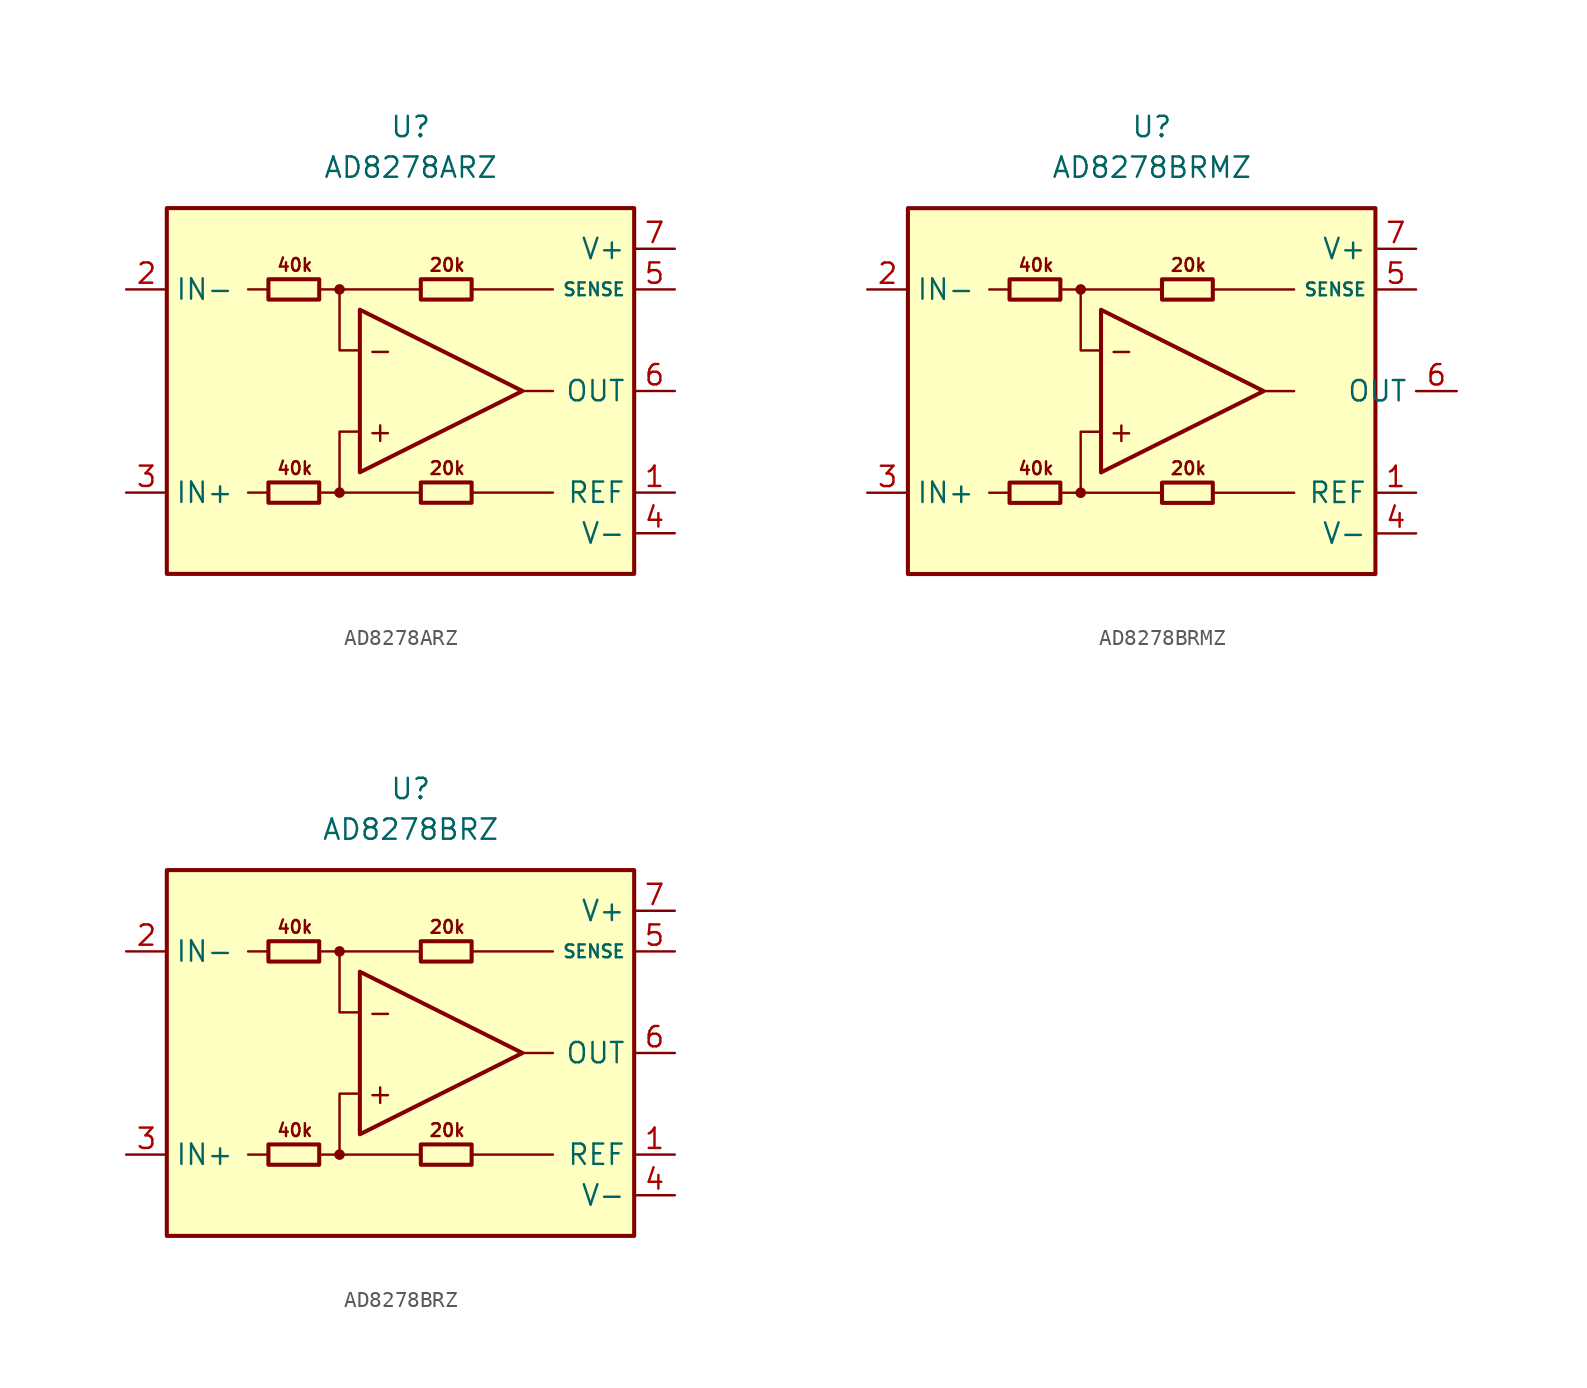
<source format=kicad_sym>
(kicad_symbol_lib
  (version 20211014)
  (generator kicad_symbol_editor)
  (symbol "AD8278ARZ"
    (property "Reference" "U"
      (at 0 16.51 0)
      (effects (font (size 1.27 1.27))))
    (property "Value" "AD8278ARZ"
      (at 0 13.97 0)
      (effects (font (size 1.27 1.27))))
    (symbol "AD8278ARZ_0_0"
      (rectangle (start -15.24 11.43) (end 13.97 -11.43) (stroke (width 0.254) (type default) (color 0 0 0 0)) (fill (type background)))
      (circle (center -4.445 -6.35) (radius 0.254) (stroke (width 0.152) (type default) (color 0 0 0 0)) (fill (type outline)))
      (circle (center -4.445 6.35) (radius 0.254) (stroke (width 0.152) (type default) (color 0 0 0 0)) (fill (type outline)))
      (polyline (pts (xy -8.89 -6.35) (xy -10.16 -6.35)) (stroke (width 0.152) (type default) (color 0 0 0 0)) (fill (type none)))
      (polyline (pts (xy -8.89 6.35) (xy -10.16 6.35)) (stroke (width 0.152) (type default) (color 0 0 0 0)) (fill (type none)))
      (polyline (pts (xy -4.445 6.35) (xy 0.635 6.35)) (stroke (width 0.152) (type default) (color 0 0 0 0)) (fill (type none)))
      (polyline (pts (xy 0.635 -6.35) (xy -4.445 -6.35)) (stroke (width 0.152) (type default) (color 0 0 0 0)) (fill (type none)))
      (polyline (pts (xy 3.81 -6.35) (xy 8.89 -6.35)) (stroke (width 0.152) (type default) (color 0 0 0 0)) (fill (type none)))
      (polyline (pts (xy 3.81 6.35) (xy 8.89 6.35)) (stroke (width 0.152) (type default) (color 0 0 0 0)) (fill (type none)))
      (polyline (pts (xy 6.985 0) (xy 8.89 0)) (stroke (width 0.152) (type default) (color 0 0 0 0)) (fill (type none)))
      (polyline (pts (xy -5.715 -6.35) (xy -4.445 -6.35) (xy -4.445 -2.54) (xy -3.175 -2.54)) (stroke (width 0.152) (type default) (color 0 0 0 0)) (fill (type none)))
      (polyline (pts (xy -3.175 2.54) (xy -4.445 2.54) (xy -4.445 6.35) (xy -5.715 6.35)) (stroke (width 0.152) (type default) (color 0 0 0 0)) (fill (type none)))
      (text "+" (at -1.905 -2.54 0) (effects (font (size 1.27 1.27))))
      (text "-" (at -1.905 2.54 0) (effects (font (size 1.27 1.27))))
      (text "20k" (at 2.286 -4.826 0) (effects (font (size 0.8 0.8))))
      (text "20k" (at 2.286 7.874 0) (effects (font (size 0.8 0.8))))
      (text "40k" (at -7.239 -4.826 0) (effects (font (size 0.8 0.8))))
      (text "40k" (at -7.239 7.874 0) (effects (font (size 0.8 0.8)))))
    (symbol "AD8278ARZ_0_1"
      (rectangle (start -8.89 -5.715) (end -5.715 -6.985) (stroke (width 0.254) (type default) (color 0 0 0 0)) (fill (type none)))
      (rectangle (start -8.89 6.985) (end -5.715 5.715) (stroke (width 0.254) (type default) (color 0 0 0 0)) (fill (type none)))
      (polyline (pts (xy -3.175 5.08) (xy -3.175 -5.08) (xy 6.985 0) (xy -3.175 5.08)) (stroke (width 0.254) (type default) (color 0 0 0 0)) (fill (type none)))
      (rectangle (start 0.635 -5.715) (end 3.81 -6.985) (stroke (width 0.254) (type default) (color 0 0 0 0)) (fill (type none)))
      (rectangle (start 0.635 6.985) (end 3.81 5.715) (stroke (width 0.254) (type default) (color 0 0 0 0)) (fill (type none))))
    (symbol "AD8278ARZ_1_1"
      (pin input line (at 16.51 -6.35 180) (length 2.54) (name "REF" (effects (font (size 1.27 1.27)))) (number "1" (effects (font (size 1.27 1.27)))))
      (pin input line (at -17.78 6.35 0) (length 2.54) (name "IN-" (effects (font (size 1.27 1.27)))) (number "2" (effects (font (size 1.27 1.27)))))
      (pin input line (at -17.78 -6.35 0) (length 2.54) (name "IN+" (effects (font (size 1.27 1.27)))) (number "3" (effects (font (size 1.27 1.27)))))
      (pin power_in line (at 16.51 -8.89 180) (length 2.54) (name "V-" (effects (font (size 1.27 1.27)))) (number "4" (effects (font (size 1.27 1.27)))))
      (pin input line (at 16.51 6.35 180) (length 2.54) (name "SENSE" (effects (font (size 0.8 0.8)))) (number "5" (effects (font (size 1.27 1.27)))))
      (pin output line (at 16.51 0 180) (length 2.54) (name "OUT" (effects (font (size 1.27 1.27)))) (number "6" (effects (font (size 1.27 1.27)))))
      (pin power_in line (at 16.51 8.89 180) (length 2.54) (name "V+" (effects (font (size 1.27 1.27)))) (number "7" (effects (font (size 1.27 1.27)))))
      (pin no_connect line (at -10.16 0 0) (length 2.54) hide (name "NC" (effects (font (size 1.27 1.27)))) (number "8" (effects (font (size 1.27 1.27)))))))
  (symbol "AD8278BRMZ"
    (property "Reference" "U"
      (at 0 16.51 0)
      (effects (font (size 1.27 1.27))))
    (property "Value" "AD8278BRMZ"
      (at 0 13.97 0)
      (effects (font (size 1.27 1.27))))
    (symbol "AD8278BRMZ_0_0"
      (rectangle (start -15.24 11.43) (end 13.97 -11.43) (stroke (width 0.254) (type default) (color 0 0 0 0)) (fill (type background)))
      (circle (center -4.445 -6.35) (radius 0.254) (stroke (width 0.152) (type default) (color 0 0 0 0)) (fill (type outline)))
      (circle (center -4.445 6.35) (radius 0.254) (stroke (width 0.152) (type default) (color 0 0 0 0)) (fill (type outline)))
      (polyline (pts (xy -8.89 -6.35) (xy -10.16 -6.35)) (stroke (width 0.152) (type default) (color 0 0 0 0)) (fill (type none)))
      (polyline (pts (xy -8.89 6.35) (xy -10.16 6.35)) (stroke (width 0.152) (type default) (color 0 0 0 0)) (fill (type none)))
      (polyline (pts (xy -4.445 6.35) (xy 0.635 6.35)) (stroke (width 0.152) (type default) (color 0 0 0 0)) (fill (type none)))
      (polyline (pts (xy 0.635 -6.35) (xy -4.445 -6.35)) (stroke (width 0.152) (type default) (color 0 0 0 0)) (fill (type none)))
      (polyline (pts (xy 3.81 -6.35) (xy 8.89 -6.35)) (stroke (width 0.152) (type default) (color 0 0 0 0)) (fill (type none)))
      (polyline (pts (xy 3.81 6.35) (xy 8.89 6.35)) (stroke (width 0.152) (type default) (color 0 0 0 0)) (fill (type none)))
      (polyline (pts (xy 6.985 0) (xy 8.89 0)) (stroke (width 0.152) (type default) (color 0 0 0 0)) (fill (type none)))
      (polyline (pts (xy -5.715 -6.35) (xy -4.445 -6.35) (xy -4.445 -2.54) (xy -3.175 -2.54)) (stroke (width 0.152) (type default) (color 0 0 0 0)) (fill (type none)))
      (polyline (pts (xy -3.175 2.54) (xy -4.445 2.54) (xy -4.445 6.35) (xy -5.715 6.35)) (stroke (width 0.152) (type default) (color 0 0 0 0)) (fill (type none)))
      (text "+" (at -1.905 -2.54 0) (effects (font (size 1.27 1.27))))
      (text "-" (at -1.905 2.54 0) (effects (font (size 1.27 1.27))))
      (text "20k" (at 2.286 -4.826 0) (effects (font (size 0.8 0.8))))
      (text "20k" (at 2.286 7.874 0) (effects (font (size 0.8 0.8))))
      (text "40k" (at -7.239 -4.826 0) (effects (font (size 0.8 0.8))))
      (text "40k" (at -7.239 7.874 0) (effects (font (size 0.8 0.8)))))
    (symbol "AD8278BRMZ_0_1"
      (rectangle (start -8.89 -5.715) (end -5.715 -6.985) (stroke (width 0.254) (type default) (color 0 0 0 0)) (fill (type none)))
      (rectangle (start -8.89 6.985) (end -5.715 5.715) (stroke (width 0.254) (type default) (color 0 0 0 0)) (fill (type none)))
      (polyline (pts (xy -3.175 5.08) (xy -3.175 -5.08) (xy 6.985 0) (xy -3.175 5.08)) (stroke (width 0.254) (type default) (color 0 0 0 0)) (fill (type none)))
      (rectangle (start 0.635 -5.715) (end 3.81 -6.985) (stroke (width 0.254) (type default) (color 0 0 0 0)) (fill (type none)))
      (rectangle (start 0.635 6.985) (end 3.81 5.715) (stroke (width 0.254) (type default) (color 0 0 0 0)) (fill (type none))))
    (symbol "AD8278BRMZ_1_1"
      (pin input line (at 16.51 -6.35 180) (length 2.54) (name "REF" (effects (font (size 1.27 1.27)))) (number "1" (effects (font (size 1.27 1.27)))))
      (pin input line (at -17.78 6.35 0) (length 2.54) (name "IN-" (effects (font (size 1.27 1.27)))) (number "2" (effects (font (size 1.27 1.27)))))
      (pin input line (at -17.78 -6.35 0) (length 2.54) (name "IN+" (effects (font (size 1.27 1.27)))) (number "3" (effects (font (size 1.27 1.27)))))
      (pin power_in line (at 16.51 -8.89 180) (length 2.54) (name "V-" (effects (font (size 1.27 1.27)))) (number "4" (effects (font (size 1.27 1.27)))))
      (pin input line (at 16.51 6.35 180) (length 2.54) (name "SENSE" (effects (font (size 0.8 0.8)))) (number "5" (effects (font (size 1.27 1.27)))))
      (pin output line (at 19.05 0 180) (length 2.54) (name "OUT" (effects (font (size 1.27 1.27)))) (number "6" (effects (font (size 1.27 1.27)))))
      (pin power_in line (at 16.51 8.89 180) (length 2.54) (name "V+" (effects (font (size 1.27 1.27)))) (number "7" (effects (font (size 1.27 1.27)))))
      (pin no_connect line (at -11.43 0 0) (length 2.54) hide (name "NC" (effects (font (size 1.27 1.27)))) (number "8" (effects (font (size 1.27 1.27)))))))
  (symbol "AD8278BRZ"
    (property "Reference" "U"
      (at 0 16.51 0)
      (effects (font (size 1.27 1.27))))
    (property "Value" "AD8278BRZ"
      (at 0 13.97 0)
      (effects (font (size 1.27 1.27))))
    (symbol "AD8278BRZ_0_0"
      (rectangle (start -15.24 11.43) (end 13.97 -11.43) (stroke (width 0.254) (type default) (color 0 0 0 0)) (fill (type background)))
      (circle (center -4.445 -6.35) (radius 0.254) (stroke (width 0.152) (type default) (color 0 0 0 0)) (fill (type outline)))
      (circle (center -4.445 6.35) (radius 0.254) (stroke (width 0.152) (type default) (color 0 0 0 0)) (fill (type outline)))
      (polyline (pts (xy -8.89 -6.35) (xy -10.16 -6.35)) (stroke (width 0.152) (type default) (color 0 0 0 0)) (fill (type none)))
      (polyline (pts (xy -8.89 6.35) (xy -10.16 6.35)) (stroke (width 0.152) (type default) (color 0 0 0 0)) (fill (type none)))
      (polyline (pts (xy -4.445 6.35) (xy 0.635 6.35)) (stroke (width 0.152) (type default) (color 0 0 0 0)) (fill (type none)))
      (polyline (pts (xy 0.635 -6.35) (xy -4.445 -6.35)) (stroke (width 0.152) (type default) (color 0 0 0 0)) (fill (type none)))
      (polyline (pts (xy 3.81 -6.35) (xy 8.89 -6.35)) (stroke (width 0.152) (type default) (color 0 0 0 0)) (fill (type none)))
      (polyline (pts (xy 3.81 6.35) (xy 8.89 6.35)) (stroke (width 0.152) (type default) (color 0 0 0 0)) (fill (type none)))
      (polyline (pts (xy 6.985 0) (xy 8.89 0)) (stroke (width 0.152) (type default) (color 0 0 0 0)) (fill (type none)))
      (polyline (pts (xy -5.715 -6.35) (xy -4.445 -6.35) (xy -4.445 -2.54) (xy -3.175 -2.54)) (stroke (width 0.152) (type default) (color 0 0 0 0)) (fill (type none)))
      (polyline (pts (xy -3.175 2.54) (xy -4.445 2.54) (xy -4.445 6.35) (xy -5.715 6.35)) (stroke (width 0.152) (type default) (color 0 0 0 0)) (fill (type none)))
      (text "+" (at -1.905 -2.54 0) (effects (font (size 1.27 1.27))))
      (text "-" (at -1.905 2.54 0) (effects (font (size 1.27 1.27))))
      (text "20k" (at 2.286 -4.826 0) (effects (font (size 0.8 0.8))))
      (text "20k" (at 2.286 7.874 0) (effects (font (size 0.8 0.8))))
      (text "40k" (at -7.239 -4.826 0) (effects (font (size 0.8 0.8))))
      (text "40k" (at -7.239 7.874 0) (effects (font (size 0.8 0.8)))))
    (symbol "AD8278BRZ_0_1"
      (rectangle (start -8.89 -5.715) (end -5.715 -6.985) (stroke (width 0.254) (type default) (color 0 0 0 0)) (fill (type none)))
      (rectangle (start -8.89 6.985) (end -5.715 5.715) (stroke (width 0.254) (type default) (color 0 0 0 0)) (fill (type none)))
      (polyline (pts (xy -3.175 5.08) (xy -3.175 -5.08) (xy 6.985 0) (xy -3.175 5.08)) (stroke (width 0.254) (type default) (color 0 0 0 0)) (fill (type none)))
      (rectangle (start 0.635 -5.715) (end 3.81 -6.985) (stroke (width 0.254) (type default) (color 0 0 0 0)) (fill (type none)))
      (rectangle (start 0.635 6.985) (end 3.81 5.715) (stroke (width 0.254) (type default) (color 0 0 0 0)) (fill (type none))))
    (symbol "AD8278BRZ_1_1"
      (pin input line (at 16.51 -6.35 180) (length 2.54) (name "REF" (effects (font (size 1.27 1.27)))) (number "1" (effects (font (size 1.27 1.27)))))
      (pin input line (at -17.78 6.35 0) (length 2.54) (name "IN-" (effects (font (size 1.27 1.27)))) (number "2" (effects (font (size 1.27 1.27)))))
      (pin input line (at -17.78 -6.35 0) (length 2.54) (name "IN+" (effects (font (size 1.27 1.27)))) (number "3" (effects (font (size 1.27 1.27)))))
      (pin power_in line (at 16.51 -8.89 180) (length 2.54) (name "V-" (effects (font (size 1.27 1.27)))) (number "4" (effects (font (size 1.27 1.27)))))
      (pin input line (at 16.51 6.35 180) (length 2.54) (name "SENSE" (effects (font (size 0.8 0.8)))) (number "5" (effects (font (size 1.27 1.27)))))
      (pin output line (at 16.51 0 180) (length 2.54) (name "OUT" (effects (font (size 1.27 1.27)))) (number "6" (effects (font (size 1.27 1.27)))))
      (pin power_in line (at 16.51 8.89 180) (length 2.54) (name "V+" (effects (font (size 1.27 1.27)))) (number "7" (effects (font (size 1.27 1.27)))))
      (pin no_connect line (at -10.16 0 0) (length 2.54) hide (name "NC" (effects (font (size 1.27 1.27)))) (number "8" (effects (font (size 1.27 1.27))))))))
</source>
